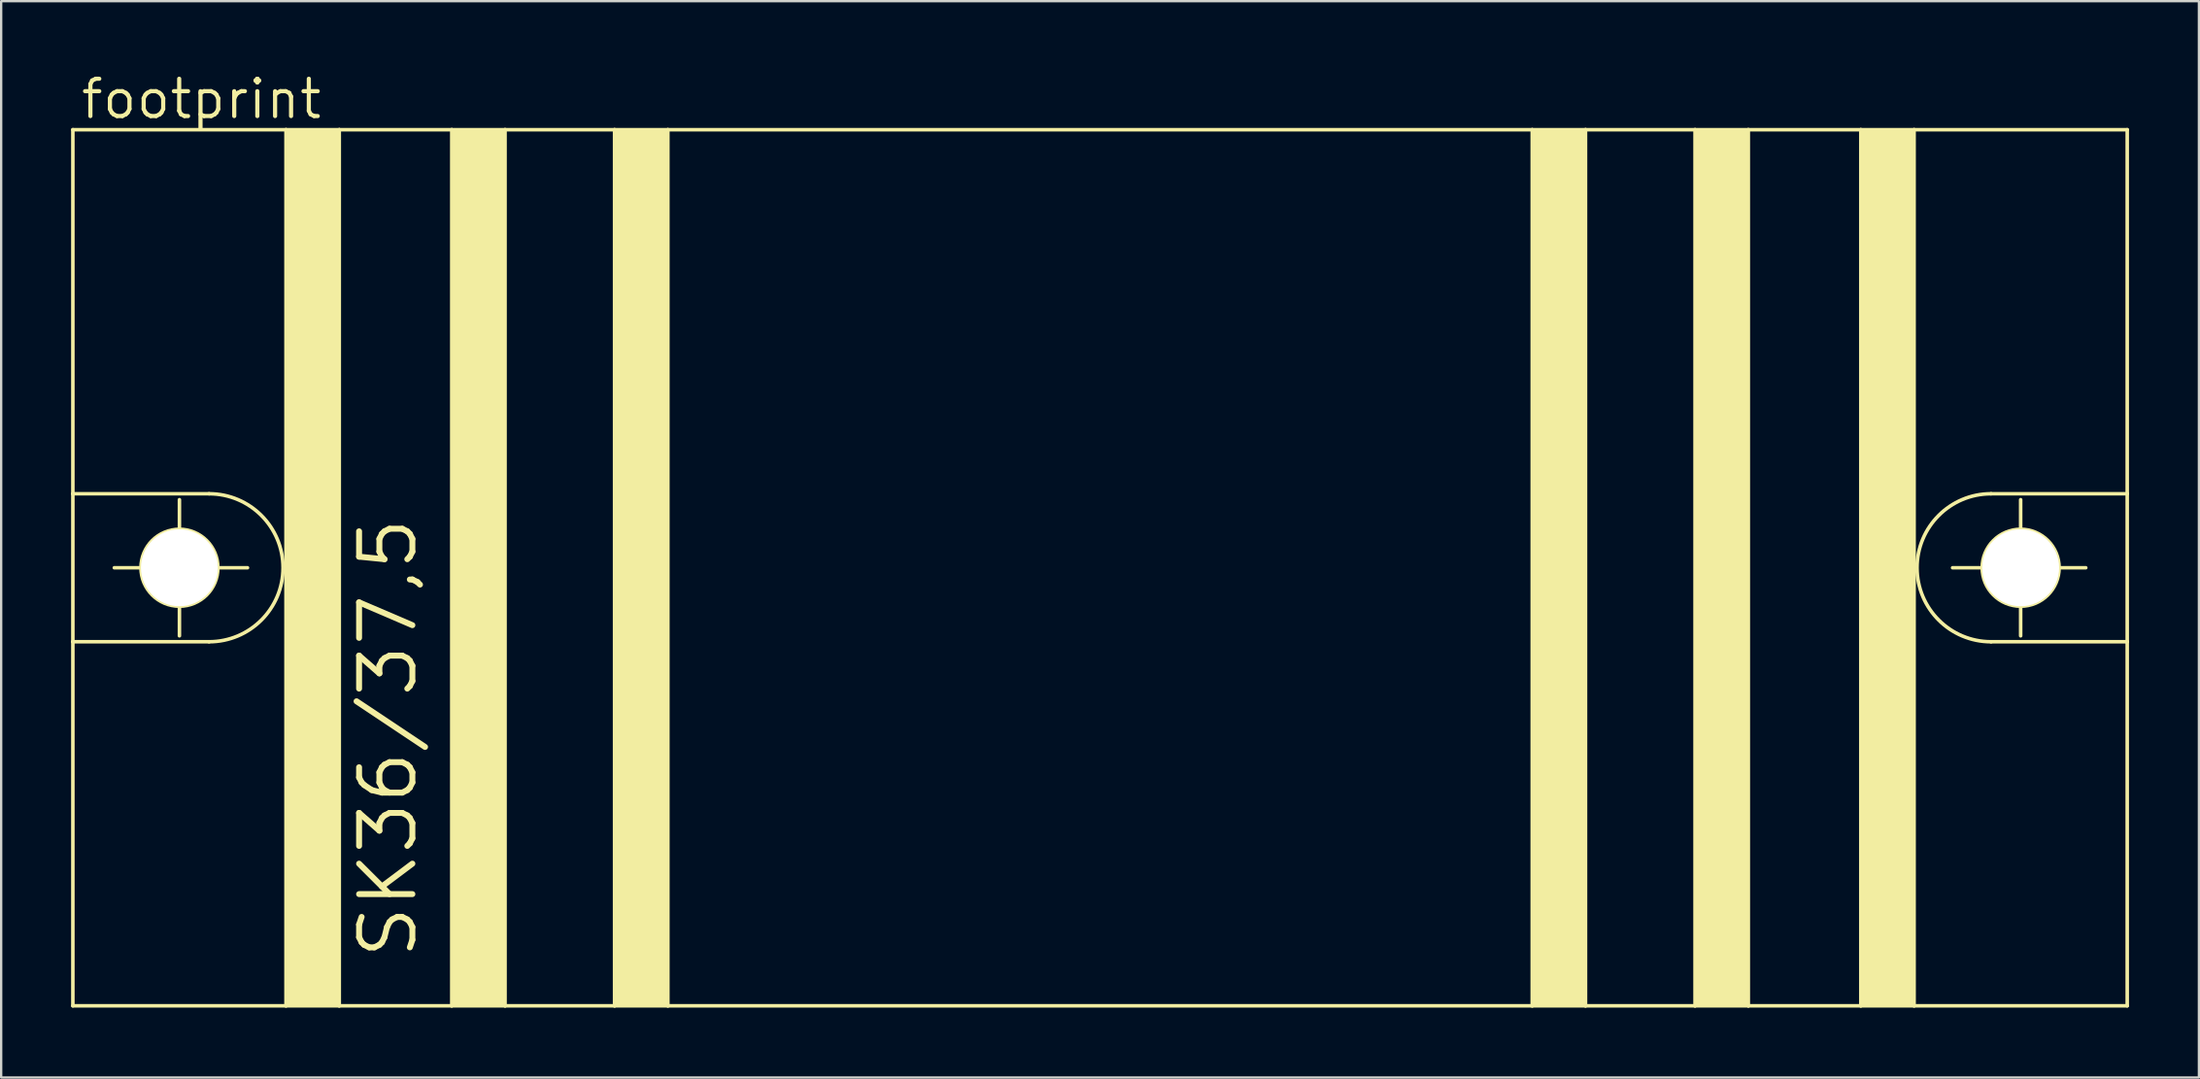
<source format=kicad_pcb>
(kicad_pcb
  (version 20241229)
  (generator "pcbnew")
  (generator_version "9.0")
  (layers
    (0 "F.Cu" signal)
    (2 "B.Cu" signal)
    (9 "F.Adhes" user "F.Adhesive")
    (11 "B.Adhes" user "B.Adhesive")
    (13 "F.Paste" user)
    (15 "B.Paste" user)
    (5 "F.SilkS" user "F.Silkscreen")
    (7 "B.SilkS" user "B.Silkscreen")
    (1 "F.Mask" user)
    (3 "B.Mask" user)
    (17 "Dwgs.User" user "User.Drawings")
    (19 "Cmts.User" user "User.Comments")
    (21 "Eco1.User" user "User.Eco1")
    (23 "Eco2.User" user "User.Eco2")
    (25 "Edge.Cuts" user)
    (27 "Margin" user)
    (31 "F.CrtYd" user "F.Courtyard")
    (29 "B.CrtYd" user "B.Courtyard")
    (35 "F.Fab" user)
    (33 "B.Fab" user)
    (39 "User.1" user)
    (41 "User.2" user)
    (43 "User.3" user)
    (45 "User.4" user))
  (footprint "footprint"
    (layer "F.Cu")
    (at 44.145 21.311)
    (property "Reference" "footprint" (at -43.815 -19.177 0) (layer "F.SilkS") (effects (font (size 1.6 1.6) (thickness 0.178)) (justify left bottom)))
    (fp_line (start -44.069 -18.796) (end -34.925 -18.796) (stroke (width 0.152) (type solid)) (layer "F.SilkS"))
    (fp_line (start -44.069 -3.175) (end -44.069 -18.796) (stroke (width 0.152) (type solid)) (layer "F.SilkS"))
    (fp_line (start -44.069 -3.175) (end -38.227 -3.175) (stroke (width 0.152) (type solid)) (layer "F.SilkS"))
    (fp_line (start -44.069 3.175) (end -44.069 -3.175) (stroke (width 0.152) (type solid)) (layer "F.SilkS"))
    (fp_line (start -44.069 18.796) (end -44.069 3.175) (stroke (width 0.152) (type solid)) (layer "F.SilkS"))
    (fp_line (start -42.291 0) (end -36.576 0) (stroke (width 0.152) (type solid)) (layer "F.SilkS"))
    (fp_line (start -39.497 -2.921) (end -39.497 2.921) (stroke (width 0.152) (type solid)) (layer "F.SilkS"))
    (fp_line (start -38.227 3.175) (end -44.069 3.175) (stroke (width 0.152) (type solid)) (layer "F.SilkS"))
    (fp_line (start -34.925 -18.796) (end -32.639 -18.796) (stroke (width 0.152) (type solid)) (layer "F.SilkS"))
    (fp_line (start -34.925 18.796) (end -44.069 18.796) (stroke (width 0.152) (type solid)) (layer "F.SilkS"))
    (fp_line (start -34.925 18.796) (end -34.925 -18.796) (stroke (width 0.152) (type solid)) (layer "F.SilkS"))
    (fp_line (start -32.639 -18.796) (end -27.813 -18.796) (stroke (width 0.152) (type solid)) (layer "F.SilkS"))
    (fp_line (start -32.639 18.796) (end -34.925 18.796) (stroke (width 0.152) (type solid)) (layer "F.SilkS"))
    (fp_line (start -32.639 18.796) (end -32.639 -18.796) (stroke (width 0.152) (type solid)) (layer "F.SilkS"))
    (fp_line (start -27.813 -18.796) (end -25.527 -18.796) (stroke (width 0.152) (type solid)) (layer "F.SilkS"))
    (fp_line (start -27.813 18.796) (end -32.639 18.796) (stroke (width 0.152) (type solid)) (layer "F.SilkS"))
    (fp_line (start -27.813 18.796) (end -27.813 -18.796) (stroke (width 0.152) (type solid)) (layer "F.SilkS"))
    (fp_line (start -25.527 -18.796) (end -20.828 -18.796) (stroke (width 0.152) (type solid)) (layer "F.SilkS"))
    (fp_line (start -25.527 18.796) (end -27.813 18.796) (stroke (width 0.152) (type solid)) (layer "F.SilkS"))
    (fp_line (start -25.527 18.796) (end -25.527 -18.796) (stroke (width 0.152) (type solid)) (layer "F.SilkS"))
    (fp_line (start -20.828 -18.796) (end -18.542 -18.796) (stroke (width 0.152) (type solid)) (layer "F.SilkS"))
    (fp_line (start -20.828 18.796) (end -25.527 18.796) (stroke (width 0.152) (type solid)) (layer "F.SilkS"))
    (fp_line (start -20.828 18.796) (end -20.828 -18.796) (stroke (width 0.152) (type solid)) (layer "F.SilkS"))
    (fp_line (start -18.542 -18.796) (end 18.542 -18.796) (stroke (width 0.152) (type solid)) (layer "F.SilkS"))
    (fp_line (start -18.542 18.796) (end -20.828 18.796) (stroke (width 0.152) (type solid)) (layer "F.SilkS"))
    (fp_line (start -18.542 18.796) (end -18.542 -18.796) (stroke (width 0.152) (type solid)) (layer "F.SilkS"))
    (fp_line (start 18.542 -18.796) (end 18.542 18.796) (stroke (width 0.152) (type solid)) (layer "F.SilkS"))
    (fp_line (start 18.542 -18.796) (end 20.828 -18.796) (stroke (width 0.152) (type solid)) (layer "F.SilkS"))
    (fp_line (start 18.542 18.796) (end -18.542 18.796) (stroke (width 0.152) (type solid)) (layer "F.SilkS"))
    (fp_line (start 20.828 -18.796) (end 20.828 18.796) (stroke (width 0.152) (type solid)) (layer "F.SilkS"))
    (fp_line (start 20.828 -18.796) (end 25.527 -18.796) (stroke (width 0.152) (type solid)) (layer "F.SilkS"))
    (fp_line (start 20.828 18.796) (end 18.542 18.796) (stroke (width 0.152) (type solid)) (layer "F.SilkS"))
    (fp_line (start 25.527 -18.796) (end 25.527 18.796) (stroke (width 0.152) (type solid)) (layer "F.SilkS"))
    (fp_line (start 25.527 -18.796) (end 27.813 -18.796) (stroke (width 0.152) (type solid)) (layer "F.SilkS"))
    (fp_line (start 25.527 18.796) (end 20.828 18.796) (stroke (width 0.152) (type solid)) (layer "F.SilkS"))
    (fp_line (start 27.813 -18.796) (end 27.813 18.796) (stroke (width 0.152) (type solid)) (layer "F.SilkS"))
    (fp_line (start 27.813 -18.796) (end 32.639 -18.796) (stroke (width 0.152) (type solid)) (layer "F.SilkS"))
    (fp_line (start 27.813 18.796) (end 25.527 18.796) (stroke (width 0.152) (type solid)) (layer "F.SilkS"))
    (fp_line (start 32.639 -18.796) (end 32.639 18.796) (stroke (width 0.152) (type solid)) (layer "F.SilkS"))
    (fp_line (start 32.639 -18.796) (end 34.925 -18.796) (stroke (width 0.152) (type solid)) (layer "F.SilkS"))
    (fp_line (start 32.639 18.796) (end 27.813 18.796) (stroke (width 0.152) (type solid)) (layer "F.SilkS"))
    (fp_line (start 34.925 -18.796) (end 34.925 18.796) (stroke (width 0.152) (type solid)) (layer "F.SilkS"))
    (fp_line (start 34.925 -18.796) (end 44.069 -18.796) (stroke (width 0.152) (type solid)) (layer "F.SilkS"))
    (fp_line (start 34.925 18.796) (end 32.639 18.796) (stroke (width 0.152) (type solid)) (layer "F.SilkS"))
    (fp_line (start 38.227 -3.175) (end 44.069 -3.175) (stroke (width 0.152) (type solid)) (layer "F.SilkS"))
    (fp_line (start 39.497 2.921) (end 39.497 -2.921) (stroke (width 0.152) (type solid)) (layer "F.SilkS"))
    (fp_line (start 42.291 0) (end 36.576 0) (stroke (width 0.152) (type solid)) (layer "F.SilkS"))
    (fp_line (start 44.069 -18.796) (end 44.069 -3.175) (stroke (width 0.152) (type solid)) (layer "F.SilkS"))
    (fp_line (start 44.069 -3.175) (end 44.069 3.175) (stroke (width 0.152) (type solid)) (layer "F.SilkS"))
    (fp_line (start 44.069 3.175) (end 38.227 3.175) (stroke (width 0.152) (type solid)) (layer "F.SilkS"))
    (fp_line (start 44.069 3.175) (end 44.069 18.796) (stroke (width 0.152) (type solid)) (layer "F.SilkS"))
    (fp_line (start 44.069 18.796) (end 34.925 18.796) (stroke (width 0.152) (type solid)) (layer "F.SilkS"))
    (fp_arc (start -38.227 -3.175) (mid -35.052 0) (end -38.227 3.175) (stroke (width 0.1524) (type solid)) (layer "F.SilkS"))
    (fp_arc (start 38.227 3.175) (mid 35.052 0) (end 38.227 -3.175) (stroke (width 0.1524) (type solid)) (layer "F.SilkS"))
    (fp_circle (center -39.497 0) (end -37.846 0) (stroke (width 0.152) (type solid)) (fill no) (layer "F.SilkS"))
    (fp_circle (center 39.497 0) (end 41.148 0) (stroke (width 0.152) (type solid)) (fill no) (layer "F.SilkS"))
    (fp_poly (pts (xy -34.925 18.796) (xy -32.639 18.796) (xy -32.639 -18.796) (xy -34.925 -18.796)) (stroke (width 0) (type solid)) (fill yes) (layer "F.SilkS"))
    (fp_poly (pts (xy -27.813 18.796) (xy -25.527 18.796) (xy -25.527 -18.796) (xy -27.813 -18.796)) (stroke (width 0) (type solid)) (fill yes) (layer "F.SilkS"))
    (fp_poly (pts (xy -20.828 18.796) (xy -18.542 18.796) (xy -18.542 -18.796) (xy -20.828 -18.796)) (stroke (width 0) (type solid)) (fill yes) (layer "F.SilkS"))
    (fp_poly (pts (xy 18.542 18.796) (xy 20.828 18.796) (xy 20.828 -18.796) (xy 18.542 -18.796)) (stroke (width 0) (type solid)) (fill yes) (layer "F.SilkS"))
    (fp_poly (pts (xy 25.527 18.796) (xy 27.813 18.796) (xy 27.813 -18.796) (xy 25.527 -18.796)) (stroke (width 0) (type solid)) (fill yes) (layer "F.SilkS"))
    (fp_poly (pts (xy 32.639 18.796) (xy 34.925 18.796) (xy 34.925 -18.796) (xy 32.639 -18.796)) (stroke (width 0) (type solid)) (fill yes) (layer "F.SilkS"))
    (fp_text user "SK36/37,5" (at -29.21 16.891 90) (layer "F.SilkS") (effects (font (size 2.286 2.286) (thickness 0.254)) (justify left bottom)))
    (pad "" np_thru_hole circle (at -39.497 0) (size 3.302 3.302) (drill 3.302) (layers "*.Cu" "*.Mask"))
    (pad "" np_thru_hole circle (at 39.497 0) (size 3.302 3.302) (drill 3.302) (layers "*.Cu" "*.Mask"))
    (zone (net_name "") (layer "B.Cu") (hatch edge 0.508) (connect_pads) (min_thickness 0.254) (filled_areas_thickness no) (keepout (tracks not_allowed) (vias not_allowed) (pads not_allowed) (copperpour not_allowed) (footprints allowed)) (placement (enabled no)) (fill) (polygon (pts (xy 8.839 21.311) (xy 8.776 20.583) (xy 8.586 19.877) (xy 8.278 19.215) (xy 7.859 18.617) (xy 7.342 18.1) (xy 6.744 17.681) (xy 6.082 17.372) (xy 5.376 17.183) (xy 4.648 17.12) (xy 3.92 17.183) (xy 3.215 17.372) (xy 2.553 17.681) (xy 1.954 18.1) (xy 1.438 18.617) (xy 1.019 19.215) (xy 0.71 19.877) (xy 0.521 20.583) (xy 0.457 21.311) (xy 0.521 22.038) (xy 0.71 22.744) (xy 1.019 23.406) (xy 1.438 24.005) (xy 1.954 24.521) (xy 2.553 24.94) (xy 3.215 25.249) (xy 3.92 25.438) (xy 4.648 25.502) (xy 5.376 25.438) (xy 6.082 25.249) (xy 6.744 24.94) (xy 7.342 24.521) (xy 7.859 24.005) (xy 8.278 23.406) (xy 8.586 22.744) (xy 8.776 22.038))) (polygon (pts (xy 6.299 21.311) (xy 6.274 21.024) (xy 6.2 20.746) (xy 6.078 20.485) (xy 5.913 20.249) (xy 5.709 20.046) (xy 5.474 19.881) (xy 5.213 19.759) (xy 4.935 19.685) (xy 4.648 19.66) (xy 4.362 19.685) (xy 4.084 19.759) (xy 3.823 19.881) (xy 3.587 20.046) (xy 3.383 20.249) (xy 3.218 20.485) (xy 3.097 20.746) (xy 3.022 21.024) (xy 2.997 21.311) (xy 3.022 21.597) (xy 3.097 21.875) (xy 3.218 22.136) (xy 3.383 22.372) (xy 3.587 22.575) (xy 3.823 22.74) (xy 4.084 22.862) (xy 4.362 22.937) (xy 4.648 22.962) (xy 4.935 22.937) (xy 5.213 22.862) (xy 5.474 22.74) (xy 5.709 22.575) (xy 5.913 22.372) (xy 6.078 22.136) (xy 6.2 21.875) (xy 6.274 21.597))))
    (zone (net_name "") (layer "B.Cu") (hatch edge 0.508) (connect_pads) (min_thickness 0.254) (filled_areas_thickness no) (keepout (tracks not_allowed) (vias not_allowed) (pads not_allowed) (copperpour not_allowed) (footprints allowed)) (placement (enabled no)) (fill) (polygon (pts (xy 87.833 21.311) (xy 87.77 20.583) (xy 87.58 19.877) (xy 87.272 19.215) (xy 86.853 18.617) (xy 86.336 18.1) (xy 85.738 17.681) (xy 85.076 17.372) (xy 84.37 17.183) (xy 83.642 17.12) (xy 82.914 17.183) (xy 82.209 17.372) (xy 81.547 17.681) (xy 80.948 18.1) (xy 80.432 18.617) (xy 80.013 19.215) (xy 79.704 19.877) (xy 79.515 20.583) (xy 79.451 21.311) (xy 79.515 22.038) (xy 79.704 22.744) (xy 80.013 23.406) (xy 80.432 24.005) (xy 80.948 24.521) (xy 81.547 24.94) (xy 82.209 25.249) (xy 82.914 25.438) (xy 83.642 25.502) (xy 84.37 25.438) (xy 85.076 25.249) (xy 85.738 24.94) (xy 86.336 24.521) (xy 86.853 24.005) (xy 87.272 23.406) (xy 87.58 22.744) (xy 87.77 22.038))) (polygon (pts (xy 85.293 21.311) (xy 85.268 21.024) (xy 85.194 20.746) (xy 85.072 20.485) (xy 84.907 20.249) (xy 84.703 20.046) (xy 84.468 19.881) (xy 84.207 19.759) (xy 83.929 19.685) (xy 83.642 19.66) (xy 83.356 19.685) (xy 83.078 19.759) (xy 82.817 19.881) (xy 82.581 20.046) (xy 82.377 20.249) (xy 82.212 20.485) (xy 82.091 20.746) (xy 82.016 21.024) (xy 81.991 21.311) (xy 82.016 21.597) (xy 82.091 21.875) (xy 82.212 22.136) (xy 82.377 22.372) (xy 82.581 22.575) (xy 82.817 22.74) (xy 83.078 22.862) (xy 83.356 22.937) (xy 83.642 22.962) (xy 83.929 22.937) (xy 84.207 22.862) (xy 84.468 22.74) (xy 84.703 22.575) (xy 84.907 22.372) (xy 85.072 22.136) (xy 85.194 21.875) (xy 85.268 21.597)))))
  (gr_rect
    (start -3 -3)
    (end 91.29 43.183)
    (stroke (width 0.1) (type default))
    (fill no)
    (layer "Edge.Cuts")))
</source>
